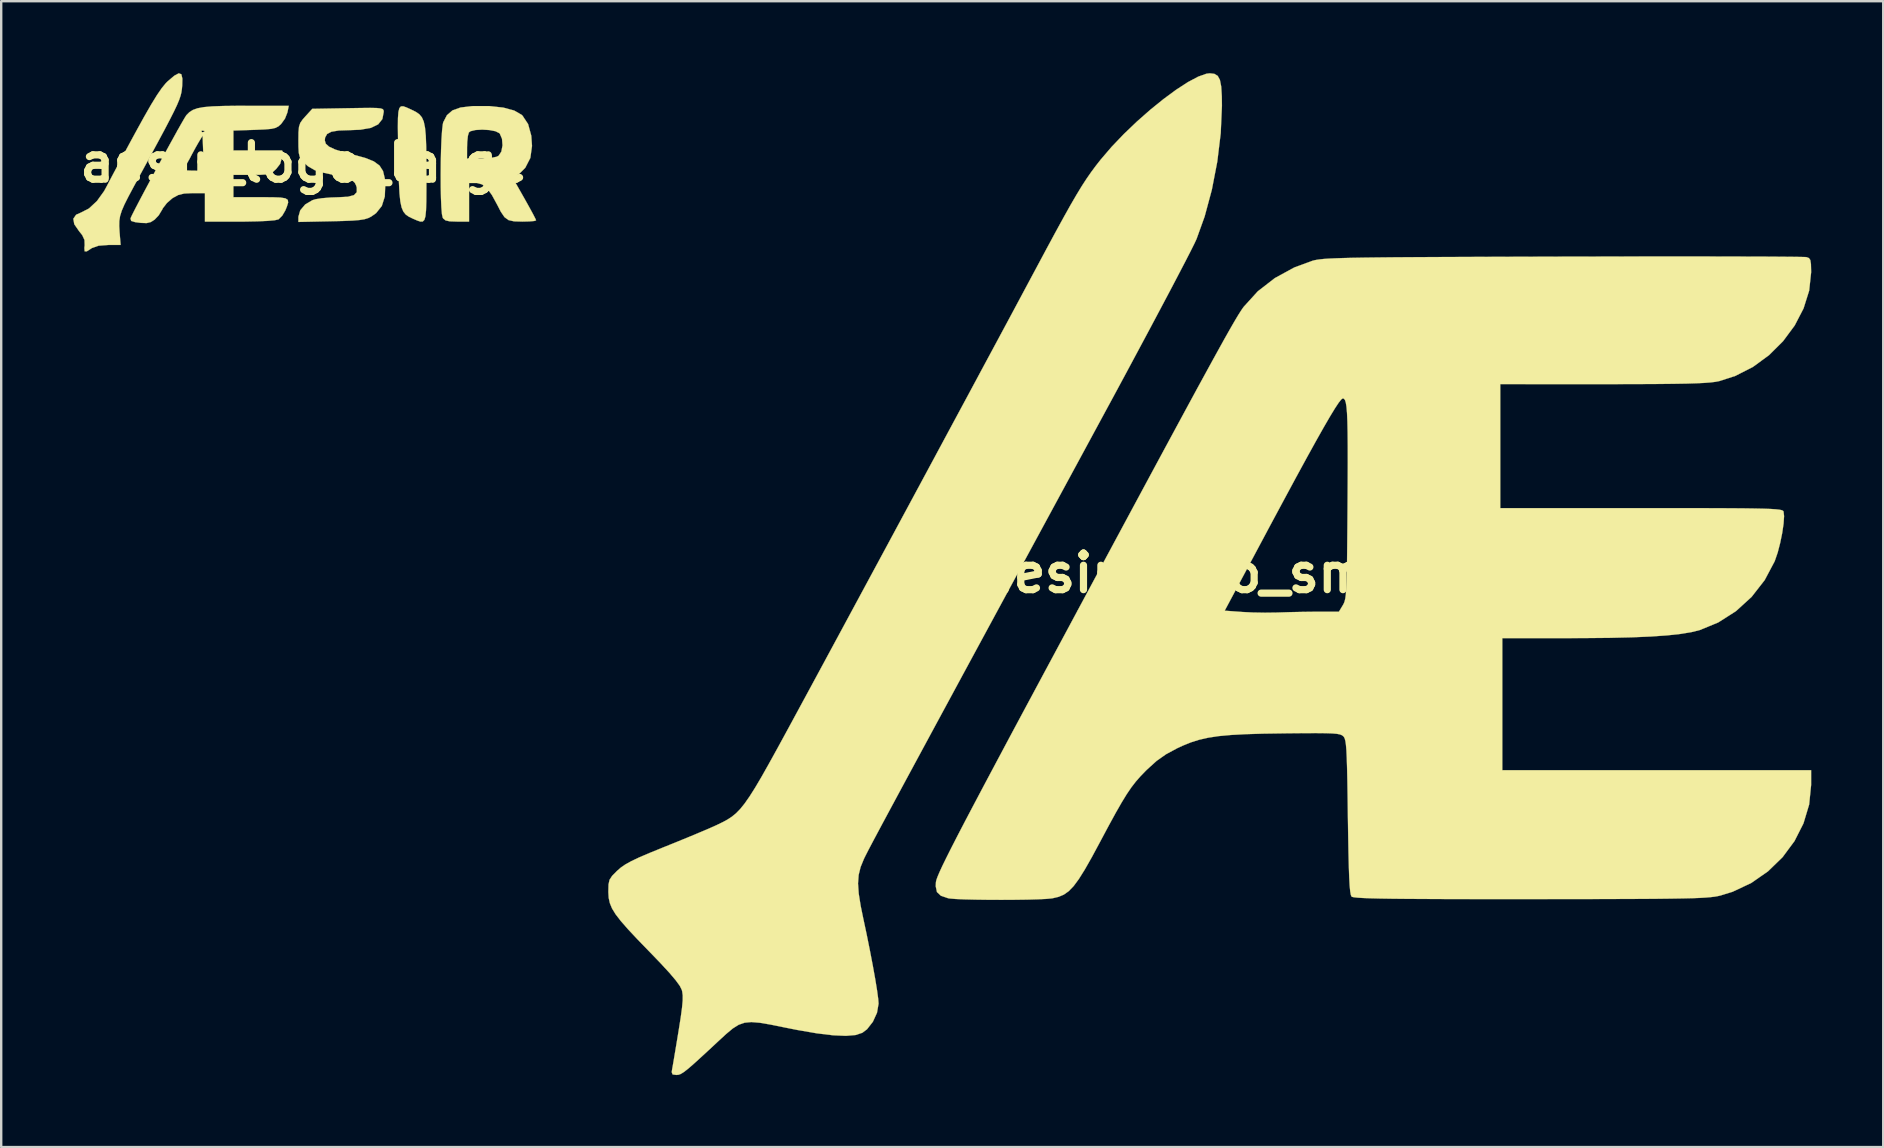
<source format=kicad_pcb>
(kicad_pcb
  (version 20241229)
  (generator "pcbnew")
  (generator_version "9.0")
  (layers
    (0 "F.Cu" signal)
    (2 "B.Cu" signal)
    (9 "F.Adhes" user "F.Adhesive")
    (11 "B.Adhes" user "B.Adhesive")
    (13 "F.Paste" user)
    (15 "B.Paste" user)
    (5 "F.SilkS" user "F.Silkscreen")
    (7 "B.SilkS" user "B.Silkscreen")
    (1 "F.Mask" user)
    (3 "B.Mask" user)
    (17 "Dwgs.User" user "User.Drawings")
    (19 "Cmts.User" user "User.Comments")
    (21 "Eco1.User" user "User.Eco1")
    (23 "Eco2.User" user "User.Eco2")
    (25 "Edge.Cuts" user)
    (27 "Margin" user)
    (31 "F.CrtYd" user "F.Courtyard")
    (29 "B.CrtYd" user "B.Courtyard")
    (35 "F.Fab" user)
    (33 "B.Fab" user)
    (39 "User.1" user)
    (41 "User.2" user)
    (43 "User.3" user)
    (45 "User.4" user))
  (footprint "aesir_logo_large"
    (layer "F.Cu")
    (at 9.639 3.729)
    (property "Reference" "aesir_logo_large" (at 0 0 0) (layer "F.SilkS") (effects (font (size 1.524 1.524) (thickness 0.3))))
    (attr through_hole)
    (fp_poly (pts (xy 4.244 -2.305) (xy 4.414 -2.228) (xy 4.461 -2.206) (xy 4.642 -2.116) (xy 4.784 -2.018) (xy 4.892 -1.89) (xy 4.97 -1.712) (xy 5.022 -1.462) (xy 5.055 -1.122) (xy 5.072 -0.668) (xy 5.079 -0.082) (xy 5.08 0.461) (xy 5.08 1.115) (xy 5.077 1.617) (xy 5.065 1.985) (xy 5.04 2.235) (xy 4.995 2.385) (xy 4.926 2.453) (xy 4.828 2.455) (xy 4.695 2.41) (xy 4.522 2.335) (xy 4.515 2.332) (xy 4.349 2.252) (xy 4.219 2.162) (xy 4.12 2.039) (xy 4.046 1.865) (xy 3.994 1.618) (xy 3.959 1.278) (xy 3.935 0.825) (xy 3.919 0.238) (xy 3.909 -0.308) (xy 3.897 -0.972) (xy 3.891 -1.483) (xy 3.895 -1.859) (xy 3.914 -2.116) (xy 3.954 -2.273) (xy 4.019 -2.345) (xy 4.114 -2.35) (xy 4.244 -2.305)) (stroke (width 0.01) (type solid)) (fill yes) (layer "F.SilkS"))
    (fp_poly (pts (xy -5.131 -3.684) (xy -5.089 -3.5) (xy -5.096 -3.217) (xy -5.109 -3.071) (xy -5.129 -2.932) (xy -5.165 -2.786) (xy -5.223 -2.616) (xy -5.311 -2.406) (xy -5.437 -2.14) (xy -5.608 -1.802) (xy -5.831 -1.376) (xy -6.115 -0.847) (xy -6.466 -0.198) (xy -6.804 0.423) (xy -7.104 0.976) (xy -7.334 1.406) (xy -7.502 1.739) (xy -7.616 2.003) (xy -7.685 2.224) (xy -7.717 2.429) (xy -7.721 2.644) (xy -7.706 2.896) (xy -7.683 3.175) (xy -7.662 3.429) (xy -8.17 3.429) (xy -8.581 3.46) (xy -8.857 3.557) (xy -8.888 3.577) (xy -9.075 3.697) (xy -9.161 3.694) (xy -9.173 3.556) (xy -9.161 3.441) (xy -9.168 3.221) (xy -9.263 3.018) (xy -9.396 2.851) (xy -9.594 2.565) (xy -9.634 2.337) (xy -9.517 2.169) (xy -9.321 2.082) (xy -8.983 1.909) (xy -8.649 1.599) (xy -8.35 1.183) (xy -8.246 0.992) (xy -8.142 0.791) (xy -7.972 0.469) (xy -7.75 0.053) (xy -7.491 -0.43) (xy -7.21 -0.951) (xy -7.048 -1.249) (xy -6.689 -1.901) (xy -6.393 -2.417) (xy -6.15 -2.813) (xy -5.949 -3.106) (xy -5.779 -3.313) (xy -5.705 -3.387) (xy -5.426 -3.624) (xy -5.239 -3.724) (xy -5.131 -3.684)) (stroke (width 0.01) (type solid)) (fill yes) (layer "F.SilkS"))
    (fp_poly (pts (xy 3.001 -2.278) (xy 3.167 -2.262) (xy 3.257 -2.234) (xy 3.294 -2.191) (xy 3.302 -2.129) (xy 3.302 -2.117) (xy 3.246 -1.818) (xy 3.072 -1.598) (xy 2.769 -1.451) (xy 2.325 -1.373) (xy 1.873 -1.355) (xy 1.425 -1.34) (xy 1.122 -1.29) (xy 0.941 -1.194) (xy 0.858 -1.044) (xy 0.847 -0.927) (xy 0.888 -0.789) (xy 1.025 -0.666) (xy 1.276 -0.549) (xy 1.663 -0.428) (xy 2.024 -0.336) (xy 2.527 -0.199) (xy 2.887 -0.055) (xy 3.127 0.12) (xy 3.272 0.347) (xy 3.345 0.648) (xy 3.367 0.9) (xy 3.347 1.41) (xy 3.223 1.803) (xy 2.984 2.102) (xy 2.784 2.244) (xy 2.655 2.309) (xy 2.5 2.357) (xy 2.29 2.39) (xy 1.996 2.414) (xy 1.587 2.43) (xy 1.122 2.441) (xy -0.254 2.47) (xy -0.254 2.256) (xy -0.176 1.984) (xy 0.031 1.74) (xy 0.327 1.565) (xy 0.466 1.522) (xy 0.729 1.481) (xy 1.081 1.452) (xy 1.408 1.441) (xy 1.809 1.42) (xy 2.06 1.353) (xy 2.178 1.23) (xy 2.178 1.039) (xy 2.151 0.95) (xy 2.098 0.842) (xy 2.005 0.754) (xy 1.846 0.677) (xy 1.596 0.6) (xy 1.228 0.512) (xy 0.807 0.423) (xy 0.427 0.313) (xy 0.146 0.15) (xy 0.024 0.041) (xy -0.114 -0.106) (xy -0.197 -0.239) (xy -0.238 -0.407) (xy -0.252 -0.66) (xy -0.254 -0.924) (xy -0.25 -1.269) (xy -0.229 -1.497) (xy -0.176 -1.657) (xy -0.075 -1.802) (xy 0.036 -1.927) (xy 0.325 -2.244) (xy 1.814 -2.27) (xy 2.348 -2.279) (xy 2.736 -2.283) (xy 3.001 -2.278)) (stroke (width 0.01) (type solid)) (fill yes) (layer "F.SilkS"))
    (fp_poly (pts (xy 8.285 -2.295) (xy 8.738 -2.173) (xy 9.051 -1.993) (xy 9.082 -1.964) (xy 9.318 -1.609) (xy 9.451 -1.124) (xy 9.481 -0.696) (xy 9.412 -0.198) (xy 9.201 0.212) (xy 8.971 0.443) (xy 8.693 0.661) (xy 9.173 1.507) (xy 9.362 1.846) (xy 9.517 2.13) (xy 9.619 2.327) (xy 9.652 2.405) (xy 9.575 2.43) (xy 9.371 2.448) (xy 9.085 2.455) (xy 9.072 2.455) (xy 8.734 2.445) (xy 8.503 2.393) (xy 8.334 2.27) (xy 8.181 2.044) (xy 8.044 1.778) (xy 7.811 1.35) (xy 7.603 1.065) (xy 7.4 0.905) (xy 7.184 0.848) (xy 7.15 0.847) (xy 6.858 0.847) (xy 6.858 2.455) (xy 6.353 2.455) (xy 6.054 2.445) (xy 5.878 2.406) (xy 5.78 2.325) (xy 5.76 2.292) (xy 5.728 2.145) (xy 5.704 1.861) (xy 5.687 1.471) (xy 5.678 1.006) (xy 5.676 0.497) (xy 5.68 -0.024) (xy 5.683 -0.169) (xy 6.773 -0.169) (xy 7.35 -0.169) (xy 7.736 -0.19) (xy 8.007 -0.247) (xy 8.089 -0.288) (xy 8.204 -0.463) (xy 8.252 -0.722) (xy 8.231 -0.994) (xy 8.139 -1.208) (xy 8.118 -1.231) (xy 7.957 -1.311) (xy 7.7 -1.36) (xy 7.404 -1.377) (xy 7.124 -1.361) (xy 6.918 -1.311) (xy 6.851 -1.261) (xy 6.809 -1.115) (xy 6.782 -0.864) (xy 6.775 -0.656) (xy 6.773 -0.169) (xy 5.683 -0.169) (xy 5.691 -0.527) (xy 5.709 -0.978) (xy 5.734 -1.348) (xy 5.764 -1.604) (xy 5.783 -1.685) (xy 5.935 -1.978) (xy 6.166 -2.178) (xy 6.504 -2.299) (xy 6.975 -2.355) (xy 7.021 -2.358) (xy 7.707 -2.358) (xy 8.285 -2.295)) (stroke (width 0.01) (type solid)) (fill yes) (layer "F.SilkS"))
    (fp_poly (pts (xy -0.711 -2.095) (xy -0.812 -1.838) (xy -0.977 -1.609) (xy -1.087 -1.513) (xy -1.21 -1.449) (xy -1.386 -1.409) (xy -1.652 -1.386) (xy -2.047 -1.369) (xy -2.076 -1.368) (xy -2.963 -1.339) (xy -2.963 -0.508) (xy -0.931 -0.508) (xy -0.931 -0.247) (xy -1.013 0.048) (xy -1.179 0.261) (xy -1.306 0.378) (xy -1.429 0.451) (xy -1.592 0.49) (xy -1.839 0.505) (xy -2.195 0.508) (xy -2.963 0.508) (xy -2.963 1.439) (xy -1.82 1.439) (xy -1.337 1.441) (xy -1.003 1.453) (xy -0.796 1.486) (xy -0.695 1.552) (xy -0.681 1.662) (xy -0.732 1.826) (xy -0.797 1.986) (xy -0.924 2.204) (xy -1.073 2.355) (xy -1.088 2.364) (xy -1.24 2.399) (xy -1.539 2.426) (xy -1.964 2.445) (xy -2.492 2.455) (xy -2.704 2.455) (xy -4.149 2.455) (xy -4.149 1.27) (xy -4.673 1.27) (xy -5.014 1.286) (xy -5.262 1.347) (xy -5.489 1.472) (xy -5.512 1.488) (xy -5.734 1.682) (xy -5.901 1.898) (xy -5.93 1.956) (xy -6.077 2.197) (xy -6.246 2.374) (xy -6.404 2.475) (xy -6.578 2.518) (xy -6.824 2.509) (xy -7.055 2.479) (xy -7.222 2.428) (xy -7.25 2.331) (xy -7.241 2.301) (xy -7.175 2.159) (xy -7.042 1.897) (xy -6.856 1.541) (xy -6.629 1.113) (xy -6.375 0.638) (xy -6.183 0.282) (xy -5.099 0.282) (xy -5.081 0.305) (xy -4.928 0.324) (xy -4.699 0.332) (xy -4.191 0.339) (xy -4.219 -0.392) (xy -4.246 -1.124) (xy -4.407 -0.86) (xy -4.541 -0.626) (xy -4.701 -0.33) (xy -4.779 -0.179) (xy -4.915 0.061) (xy -5.039 0.231) (xy -5.099 0.282) (xy -6.183 0.282) (xy -6.106 0.14) (xy -5.836 -0.357) (xy -5.578 -0.828) (xy -5.345 -1.249) (xy -5.302 -1.326) (xy -4.29 -1.326) (xy -4.278 -1.276) (xy -4.233 -1.27) (xy -4.164 -1.301) (xy -4.177 -1.326) (xy -4.277 -1.337) (xy -4.29 -1.326) (xy -5.302 -1.326) (xy -5.15 -1.597) (xy -5.006 -1.846) (xy -4.927 -1.973) (xy -4.921 -1.98) (xy -4.798 -2.103) (xy -4.652 -2.197) (xy -4.459 -2.267) (xy -4.197 -2.315) (xy -3.844 -2.346) (xy -3.377 -2.363) (xy -2.773 -2.37) (xy -2.447 -2.371) (xy -0.656 -2.371) (xy -0.711 -2.095)) (stroke (width 0.01) (type solid)) (fill yes) (layer "F.SilkS")))
  (footprint "aesir_logo_small"
    (layer "F.Cu")
    (at 47.363 20.833)
    (property "Reference" "aesir_logo_small" (at 0 0 0) (layer "F.SilkS") (effects (font (size 1.524 1.524) (thickness 0.3))))
    (attr through_hole)
    (fp_poly (pts (xy 0.195 -20.805) (xy 0.333 -20.721) (xy 0.424 -20.553) (xy 0.478 -20.278) (xy 0.503 -19.874) (xy 0.508 -19.474) (xy 0.458 -18.333) (xy 0.315 -17.15) (xy 0.088 -15.976) (xy -0.212 -14.862) (xy -0.549 -13.926) (xy -0.635 -13.741) (xy -0.795 -13.42) (xy -1.024 -12.974) (xy -1.315 -12.416) (xy -1.66 -11.758) (xy -2.055 -11.013) (xy -2.492 -10.191) (xy -2.965 -9.307) (xy -3.467 -8.371) (xy -3.992 -7.396) (xy -4.438 -6.573) (xy -5.491 -4.628) (xy -6.467 -2.827) (xy -7.368 -1.164) (xy -8.197 0.368) (xy -8.958 1.773) (xy -9.653 3.057) (xy -10.286 4.226) (xy -10.859 5.286) (xy -11.376 6.241) (xy -11.839 7.098) (xy -12.252 7.863) (xy -12.618 8.54) (xy -12.939 9.136) (xy -13.219 9.656) (xy -13.461 10.106) (xy -13.668 10.491) (xy -13.842 10.817) (xy -13.987 11.089) (xy -14.106 11.314) (xy -14.202 11.496) (xy -14.277 11.642) (xy -14.336 11.757) (xy -14.381 11.847) (xy -14.413 11.915) (xy -14.55 12.25) (xy -14.631 12.578) (xy -14.657 12.935) (xy -14.628 13.355) (xy -14.545 13.874) (xy -14.447 14.351) (xy -14.3 15.042) (xy -14.164 15.717) (xy -14.043 16.348) (xy -13.941 16.913) (xy -13.864 17.385) (xy -13.816 17.741) (xy -13.801 17.943) (xy -13.866 18.321) (xy -14.038 18.697) (xy -14.282 19.009) (xy -14.478 19.156) (xy -14.759 19.249) (xy -15.163 19.283) (xy -15.697 19.26) (xy -16.37 19.179) (xy -17.188 19.038) (xy -17.713 18.934) (xy -18.298 18.815) (xy -18.751 18.738) (xy -19.102 18.709) (xy -19.386 18.736) (xy -19.634 18.823) (xy -19.878 18.977) (xy -20.152 19.206) (xy -20.44 19.471) (xy -20.92 19.917) (xy -21.293 20.26) (xy -21.576 20.515) (xy -21.786 20.693) (xy -21.939 20.808) (xy -22.051 20.875) (xy -22.139 20.905) (xy -22.22 20.913) (xy -22.228 20.913) (xy -22.384 20.892) (xy -22.421 20.795) (xy -22.404 20.68) (xy -22.375 20.519) (xy -22.325 20.225) (xy -22.259 19.832) (xy -22.183 19.374) (xy -22.132 19.063) (xy -22.046 18.519) (xy -21.991 18.112) (xy -21.963 17.814) (xy -21.962 17.597) (xy -21.984 17.433) (xy -22 17.37) (xy -22.081 17.205) (xy -22.251 16.971) (xy -22.517 16.657) (xy -22.891 16.252) (xy -23.336 15.79) (xy -23.843 15.267) (xy -24.241 14.842) (xy -24.543 14.497) (xy -24.762 14.213) (xy -24.91 13.97) (xy -25 13.75) (xy -25.047 13.534) (xy -25.061 13.303) (xy -25.061 13.262) (xy -25.054 12.971) (xy -25.011 12.779) (xy -24.903 12.615) (xy -24.7 12.409) (xy -24.693 12.403) (xy -24.537 12.267) (xy -24.349 12.138) (xy -24.104 12.003) (xy -23.778 11.848) (xy -23.346 11.663) (xy -22.782 11.433) (xy -22.706 11.403) (xy -22.175 11.188) (xy -21.658 10.976) (xy -21.192 10.781) (xy -20.81 10.618) (xy -20.549 10.501) (xy -20.537 10.495) (xy -20.308 10.384) (xy -20.105 10.275) (xy -19.92 10.155) (xy -19.744 10.012) (xy -19.568 9.832) (xy -19.383 9.603) (xy -19.179 9.311) (xy -18.947 8.945) (xy -18.679 8.491) (xy -18.366 7.936) (xy -17.997 7.268) (xy -17.564 6.473) (xy -17.176 5.757) (xy -16.642 4.771) (xy -16.061 3.696) (xy -15.441 2.548) (xy -14.79 1.341) (xy -14.116 0.092) (xy -13.427 -1.185) (xy -12.732 -2.475) (xy -12.038 -3.763) (xy -11.354 -5.034) (xy -10.688 -6.272) (xy -10.047 -7.462) (xy -9.441 -8.591) (xy -8.876 -9.641) (xy -8.362 -10.598) (xy -7.907 -11.448) (xy -7.518 -12.175) (xy -7.282 -12.615) (xy -6.82 -13.479) (xy -6.426 -14.209) (xy -6.09 -14.822) (xy -5.803 -15.335) (xy -5.554 -15.764) (xy -5.334 -16.126) (xy -5.132 -16.437) (xy -4.939 -16.715) (xy -4.745 -16.976) (xy -4.541 -17.236) (xy -4.541 -17.236) (xy -4.087 -17.766) (xy -3.579 -18.298) (xy -3.036 -18.817) (xy -2.478 -19.309) (xy -1.924 -19.757) (xy -1.394 -20.147) (xy -0.907 -20.463) (xy -0.481 -20.689) (xy -0.138 -20.811) (xy 0.003 -20.828) (xy 0.195 -20.805)) (stroke (width 0.01) (type solid)) (fill yes) (layer "F.SilkS"))
    (fp_poly (pts (xy 20.607 -13.195) (xy 21.561 -13.193) (xy 22.415 -13.191) (xy 23.16 -13.189) (xy 23.785 -13.185) (xy 24.279 -13.181) (xy 24.63 -13.176) (xy 24.83 -13.171) (xy 24.871 -13.167) (xy 24.971 -13.128) (xy 25.028 -13.046) (xy 25.054 -12.881) (xy 25.061 -12.594) (xy 25.061 -12.526) (xy 24.98 -11.772) (xy 24.746 -11.03) (xy 24.378 -10.321) (xy 23.892 -9.665) (xy 23.306 -9.082) (xy 22.637 -8.593) (xy 21.903 -8.218) (xy 21.23 -8.001) (xy 21.077 -7.972) (xy 20.878 -7.947) (xy 20.619 -7.927) (xy 20.285 -7.911) (xy 19.862 -7.898) (xy 19.335 -7.889) (xy 18.69 -7.882) (xy 17.912 -7.878) (xy 16.988 -7.876) (xy 16.404 -7.875) (xy 12.107 -7.874) (xy 12.107 -2.709) (xy 17.983 -2.709) (xy 19.127 -2.709) (xy 20.114 -2.708) (xy 20.955 -2.706) (xy 21.662 -2.703) (xy 22.246 -2.699) (xy 22.719 -2.692) (xy 23.093 -2.684) (xy 23.38 -2.673) (xy 23.591 -2.659) (xy 23.737 -2.643) (xy 23.832 -2.624) (xy 23.885 -2.601) (xy 23.91 -2.574) (xy 23.912 -2.569) (xy 23.934 -2.373) (xy 23.913 -2.06) (xy 23.857 -1.673) (xy 23.772 -1.258) (xy 23.668 -0.857) (xy 23.551 -0.516) (xy 23.541 -0.49) (xy 23.126 0.292) (xy 22.581 0.991) (xy 21.928 1.586) (xy 21.189 2.057) (xy 20.424 2.372) (xy 20.067 2.461) (xy 19.616 2.535) (xy 19.061 2.595) (xy 18.388 2.642) (xy 17.587 2.676) (xy 16.646 2.698) (xy 15.554 2.708) (xy 14.974 2.709) (xy 12.192 2.709) (xy 12.192 8.213) (xy 25.061 8.213) (xy 25.061 8.832) (xy 24.979 9.645) (xy 24.743 10.429) (xy 24.369 11.167) (xy 23.871 11.839) (xy 23.264 12.428) (xy 22.565 12.914) (xy 21.787 13.28) (xy 21.284 13.435) (xy 21.17 13.461) (xy 21.038 13.484) (xy 20.877 13.503) (xy 20.677 13.52) (xy 20.425 13.535) (xy 20.111 13.547) (xy 19.724 13.556) (xy 19.251 13.564) (xy 18.682 13.571) (xy 18.005 13.576) (xy 17.209 13.579) (xy 16.284 13.582) (xy 15.217 13.584) (xy 13.997 13.585) (xy 13.361 13.585) (xy 12.033 13.585) (xy 10.865 13.585) (xy 9.848 13.583) (xy 8.973 13.579) (xy 8.229 13.575) (xy 7.608 13.569) (xy 7.1 13.561) (xy 6.695 13.551) (xy 6.386 13.539) (xy 6.161 13.525) (xy 6.013 13.509) (xy 5.93 13.491) (xy 5.91 13.479) (xy 5.88 13.411) (xy 5.854 13.264) (xy 5.831 13.024) (xy 5.812 12.678) (xy 5.796 12.214) (xy 5.781 11.617) (xy 5.768 10.874) (xy 5.757 10.159) (xy 5.746 9.331) (xy 5.735 8.655) (xy 5.723 8.116) (xy 5.71 7.698) (xy 5.695 7.382) (xy 5.676 7.154) (xy 5.653 6.997) (xy 5.625 6.893) (xy 5.591 6.828) (xy 5.567 6.8) (xy 5.51 6.756) (xy 5.427 6.722) (xy 5.296 6.697) (xy 5.1 6.68) (xy 4.817 6.671) (xy 4.427 6.667) (xy 3.912 6.669) (xy 3.251 6.675) (xy 3.111 6.677) (xy 2.231 6.69) (xy 1.496 6.712) (xy 0.885 6.745) (xy 0.374 6.792) (xy -0.06 6.858) (xy -0.44 6.944) (xy -0.788 7.054) (xy -1.128 7.192) (xy -1.355 7.297) (xy -1.821 7.548) (xy -2.217 7.827) (xy -2.617 8.19) (xy -2.674 8.246) (xy -2.89 8.47) (xy -3.084 8.692) (xy -3.27 8.933) (xy -3.461 9.215) (xy -3.672 9.56) (xy -3.918 9.99) (xy -4.212 10.528) (xy -4.56 11.18) (xy -4.911 11.833) (xy -5.205 12.35) (xy -5.454 12.748) (xy -5.673 13.044) (xy -5.877 13.255) (xy -6.08 13.398) (xy -6.297 13.49) (xy -6.542 13.548) (xy -6.578 13.554) (xy -6.802 13.576) (xy -7.155 13.593) (xy -7.606 13.606) (xy -8.123 13.613) (xy -8.674 13.616) (xy -9.228 13.614) (xy -9.753 13.607) (xy -10.217 13.596) (xy -10.59 13.58) (xy -10.838 13.559) (xy -10.9 13.549) (xy -11.204 13.445) (xy -11.368 13.291) (xy -11.419 13.05) (xy -11.41 12.873) (xy -11.39 12.784) (xy -11.34 12.645) (xy -11.256 12.448) (xy -11.135 12.186) (xy -10.971 11.851) (xy -10.762 11.435) (xy -10.504 10.932) (xy -10.192 10.332) (xy -9.822 9.629) (xy -9.391 8.814) (xy -8.895 7.882) (xy -8.33 6.822) (xy -7.691 5.629) (xy -7.01 4.36) (xy -6.057 2.585) (xy -5.51 1.566) (xy 0.623 1.566) (xy 1.348 1.619) (xy 1.79 1.641) (xy 2.304 1.65) (xy 2.791 1.644) (xy 2.879 1.641) (xy 3.353 1.626) (xy 3.897 1.615) (xy 4.411 1.609) (xy 4.533 1.609) (xy 5.382 1.609) (xy 5.549 1.333) (xy 5.588 1.261) (xy 5.621 1.175) (xy 5.648 1.06) (xy 5.67 0.9) (xy 5.688 0.681) (xy 5.702 0.385) (xy 5.713 -0.002) (xy 5.722 -0.496) (xy 5.729 -1.113) (xy 5.736 -1.869) (xy 5.743 -2.752) (xy 5.749 -3.753) (xy 5.752 -4.598) (xy 5.751 -5.3) (xy 5.746 -5.87) (xy 5.736 -6.323) (xy 5.721 -6.671) (xy 5.699 -6.926) (xy 5.671 -7.102) (xy 5.636 -7.211) (xy 5.592 -7.267) (xy 5.544 -7.281) (xy 5.481 -7.237) (xy 5.373 -7.101) (xy 5.218 -6.866) (xy 5.011 -6.526) (xy 4.749 -6.075) (xy 4.429 -5.507) (xy 4.046 -4.814) (xy 3.598 -3.992) (xy 3.081 -3.033) (xy 2.49 -1.932) (xy 2.322 -1.617) (xy 0.623 1.566) (xy -5.51 1.566) (xy -5.181 0.953) (xy -4.378 -0.542) (xy -3.644 -1.907) (xy -2.977 -3.147) (xy -2.373 -4.269) (xy -1.829 -5.278) (xy -1.341 -6.181) (xy -0.906 -6.985) (xy -0.521 -7.695) (xy -0.181 -8.317) (xy 0.115 -8.858) (xy 0.372 -9.324) (xy 0.592 -9.721) (xy 0.78 -10.055) (xy 0.939 -10.333) (xy 1.071 -10.56) (xy 1.181 -10.743) (xy 1.272 -10.888) (xy 1.347 -11.002) (xy 1.409 -11.089) (xy 1.416 -11.098) (xy 2.003 -11.744) (xy 2.715 -12.296) (xy 3.526 -12.738) (xy 4.276 -13.014) (xy 4.362 -13.037) (xy 4.465 -13.057) (xy 4.593 -13.075) (xy 4.755 -13.092) (xy 4.963 -13.106) (xy 5.224 -13.118) (xy 5.548 -13.129) (xy 5.944 -13.139) (xy 6.423 -13.147) (xy 6.993 -13.154) (xy 7.665 -13.161) (xy 8.446 -13.166) (xy 9.348 -13.171) (xy 10.378 -13.175) (xy 11.548 -13.18) (xy 12.865 -13.184) (xy 14.34 -13.188) (xy 14.732 -13.189) (xy 16.019 -13.191) (xy 17.261 -13.194) (xy 18.447 -13.195) (xy 19.566 -13.195) (xy 20.607 -13.195)) (stroke (width 0.01) (type solid)) (fill yes) (layer "F.SilkS")))
  (gr_rect
    (start -3 -3)
    (end 75.429 44.751)
    (stroke (width 0.1) (type default))
    (fill no)
    (layer "Edge.Cuts")))
</source>
